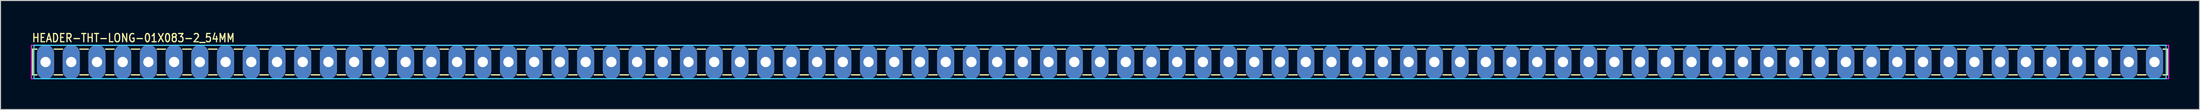
<source format=kicad_pcb>
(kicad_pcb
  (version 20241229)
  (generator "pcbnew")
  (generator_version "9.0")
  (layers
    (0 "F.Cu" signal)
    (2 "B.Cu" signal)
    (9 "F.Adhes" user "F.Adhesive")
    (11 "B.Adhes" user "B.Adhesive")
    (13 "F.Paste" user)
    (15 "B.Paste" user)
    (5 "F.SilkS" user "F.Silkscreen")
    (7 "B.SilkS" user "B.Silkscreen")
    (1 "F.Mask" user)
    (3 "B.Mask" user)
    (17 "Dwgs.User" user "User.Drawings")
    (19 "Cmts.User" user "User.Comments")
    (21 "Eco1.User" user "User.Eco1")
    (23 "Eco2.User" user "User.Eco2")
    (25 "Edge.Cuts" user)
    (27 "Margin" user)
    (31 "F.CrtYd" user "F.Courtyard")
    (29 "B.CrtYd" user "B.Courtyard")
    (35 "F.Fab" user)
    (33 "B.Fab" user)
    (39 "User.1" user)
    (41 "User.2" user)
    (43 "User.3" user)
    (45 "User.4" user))
  (footprint "HEADER-THT-LONG-01X083-2_54MM"
    (layer "F.Cu")
    (at 1.447 3.079)
    (property "Reference" "HEADER-THT-LONG-01X083-2_54MM" (at -1.4 -1.9 0) (unlocked yes) (layer "F.SilkS") (effects (font (size 0.813 0.695) (thickness 0.122)) (justify left bottom)))
    (fp_line (start -1.27 -1.27) (end -1.27 1.27) (stroke (width 0.127) (type solid)) (layer "F.SilkS"))
    (fp_line (start -1.27 1.27) (end -0.85 1.27) (stroke (width 0.127) (type solid)) (layer "F.SilkS"))
    (fp_line (start -0.85 -1.27) (end -1.27 -1.27) (stroke (width 0.127) (type solid)) (layer "F.SilkS"))
    (fp_line (start 0.85 -1.27) (end 1.69 -1.27) (stroke (width 0.127) (type solid)) (layer "F.SilkS"))
    (fp_line (start 0.85 1.27) (end 1.69 1.27) (stroke (width 0.127) (type solid)) (layer "F.SilkS"))
    (fp_line (start 3.39 -1.27) (end 4.23 -1.27) (stroke (width 0.127) (type solid)) (layer "F.SilkS"))
    (fp_line (start 3.39 1.27) (end 4.23 1.27) (stroke (width 0.127) (type solid)) (layer "F.SilkS"))
    (fp_line (start 5.93 -1.27) (end 6.77 -1.27) (stroke (width 0.127) (type solid)) (layer "F.SilkS"))
    (fp_line (start 5.93 1.27) (end 6.77 1.27) (stroke (width 0.127) (type solid)) (layer "F.SilkS"))
    (fp_line (start 8.47 -1.27) (end 9.31 -1.27) (stroke (width 0.127) (type solid)) (layer "F.SilkS"))
    (fp_line (start 8.47 1.27) (end 9.31 1.27) (stroke (width 0.127) (type solid)) (layer "F.SilkS"))
    (fp_line (start 11.01 -1.27) (end 11.85 -1.27) (stroke (width 0.127) (type solid)) (layer "F.SilkS"))
    (fp_line (start 11.01 1.27) (end 11.85 1.27) (stroke (width 0.127) (type solid)) (layer "F.SilkS"))
    (fp_line (start 13.55 -1.27) (end 14.39 -1.27) (stroke (width 0.127) (type solid)) (layer "F.SilkS"))
    (fp_line (start 13.55 1.27) (end 14.39 1.27) (stroke (width 0.127) (type solid)) (layer "F.SilkS"))
    (fp_line (start 16.09 -1.27) (end 16.93 -1.27) (stroke (width 0.127) (type solid)) (layer "F.SilkS"))
    (fp_line (start 16.09 1.27) (end 16.93 1.27) (stroke (width 0.127) (type solid)) (layer "F.SilkS"))
    (fp_line (start 18.63 -1.27) (end 19.47 -1.27) (stroke (width 0.127) (type solid)) (layer "F.SilkS"))
    (fp_line (start 18.63 1.27) (end 19.47 1.27) (stroke (width 0.127) (type solid)) (layer "F.SilkS"))
    (fp_line (start 21.17 -1.27) (end 22.01 -1.27) (stroke (width 0.127) (type solid)) (layer "F.SilkS"))
    (fp_line (start 21.17 1.27) (end 22.01 1.27) (stroke (width 0.127) (type solid)) (layer "F.SilkS"))
    (fp_line (start 23.71 -1.27) (end 24.55 -1.27) (stroke (width 0.127) (type solid)) (layer "F.SilkS"))
    (fp_line (start 23.71 1.27) (end 24.55 1.27) (stroke (width 0.127) (type solid)) (layer "F.SilkS"))
    (fp_line (start 26.25 -1.27) (end 27.09 -1.27) (stroke (width 0.127) (type solid)) (layer "F.SilkS"))
    (fp_line (start 26.25 1.27) (end 27.09 1.27) (stroke (width 0.127) (type solid)) (layer "F.SilkS"))
    (fp_line (start 28.79 -1.27) (end 29.63 -1.27) (stroke (width 0.127) (type solid)) (layer "F.SilkS"))
    (fp_line (start 28.79 1.27) (end 29.63 1.27) (stroke (width 0.127) (type solid)) (layer "F.SilkS"))
    (fp_line (start 31.33 -1.27) (end 32.17 -1.27) (stroke (width 0.127) (type solid)) (layer "F.SilkS"))
    (fp_line (start 31.33 1.27) (end 32.17 1.27) (stroke (width 0.127) (type solid)) (layer "F.SilkS"))
    (fp_line (start 33.87 -1.27) (end 34.71 -1.27) (stroke (width 0.127) (type solid)) (layer "F.SilkS"))
    (fp_line (start 33.87 1.27) (end 34.71 1.27) (stroke (width 0.127) (type solid)) (layer "F.SilkS"))
    (fp_line (start 36.41 -1.27) (end 37.25 -1.27) (stroke (width 0.127) (type solid)) (layer "F.SilkS"))
    (fp_line (start 36.41 1.27) (end 37.25 1.27) (stroke (width 0.127) (type solid)) (layer "F.SilkS"))
    (fp_line (start 38.95 -1.27) (end 39.79 -1.27) (stroke (width 0.127) (type solid)) (layer "F.SilkS"))
    (fp_line (start 38.95 1.27) (end 39.79 1.27) (stroke (width 0.127) (type solid)) (layer "F.SilkS"))
    (fp_line (start 41.49 -1.27) (end 42.33 -1.27) (stroke (width 0.127) (type solid)) (layer "F.SilkS"))
    (fp_line (start 41.49 1.27) (end 42.33 1.27) (stroke (width 0.127) (type solid)) (layer "F.SilkS"))
    (fp_line (start 44.03 -1.27) (end 44.87 -1.27) (stroke (width 0.127) (type solid)) (layer "F.SilkS"))
    (fp_line (start 44.03 1.27) (end 44.87 1.27) (stroke (width 0.127) (type solid)) (layer "F.SilkS"))
    (fp_line (start 46.57 -1.27) (end 47.41 -1.27) (stroke (width 0.127) (type solid)) (layer "F.SilkS"))
    (fp_line (start 46.57 1.27) (end 47.41 1.27) (stroke (width 0.127) (type solid)) (layer "F.SilkS"))
    (fp_line (start 49.11 -1.27) (end 49.95 -1.27) (stroke (width 0.127) (type solid)) (layer "F.SilkS"))
    (fp_line (start 49.11 1.27) (end 49.95 1.27) (stroke (width 0.127) (type solid)) (layer "F.SilkS"))
    (fp_line (start 51.65 -1.27) (end 52.49 -1.27) (stroke (width 0.127) (type solid)) (layer "F.SilkS"))
    (fp_line (start 51.65 1.27) (end 52.49 1.27) (stroke (width 0.127) (type solid)) (layer "F.SilkS"))
    (fp_line (start 54.19 -1.27) (end 55.03 -1.27) (stroke (width 0.127) (type solid)) (layer "F.SilkS"))
    (fp_line (start 54.19 1.27) (end 55.03 1.27) (stroke (width 0.127) (type solid)) (layer "F.SilkS"))
    (fp_line (start 56.73 -1.27) (end 57.57 -1.27) (stroke (width 0.127) (type solid)) (layer "F.SilkS"))
    (fp_line (start 56.73 1.27) (end 57.57 1.27) (stroke (width 0.127) (type solid)) (layer "F.SilkS"))
    (fp_line (start 59.27 -1.27) (end 60.11 -1.27) (stroke (width 0.127) (type solid)) (layer "F.SilkS"))
    (fp_line (start 59.27 1.27) (end 60.11 1.27) (stroke (width 0.127) (type solid)) (layer "F.SilkS"))
    (fp_line (start 61.81 -1.27) (end 62.65 -1.27) (stroke (width 0.127) (type solid)) (layer "F.SilkS"))
    (fp_line (start 61.81 1.27) (end 62.65 1.27) (stroke (width 0.127) (type solid)) (layer "F.SilkS"))
    (fp_line (start 64.35 -1.27) (end 65.19 -1.27) (stroke (width 0.127) (type solid)) (layer "F.SilkS"))
    (fp_line (start 64.35 1.27) (end 65.19 1.27) (stroke (width 0.127) (type solid)) (layer "F.SilkS"))
    (fp_line (start 66.89 -1.27) (end 67.73 -1.27) (stroke (width 0.127) (type solid)) (layer "F.SilkS"))
    (fp_line (start 66.89 1.27) (end 67.73 1.27) (stroke (width 0.127) (type solid)) (layer "F.SilkS"))
    (fp_line (start 69.43 -1.27) (end 70.27 -1.27) (stroke (width 0.127) (type solid)) (layer "F.SilkS"))
    (fp_line (start 69.43 1.27) (end 70.27 1.27) (stroke (width 0.127) (type solid)) (layer "F.SilkS"))
    (fp_line (start 71.97 -1.27) (end 72.81 -1.27) (stroke (width 0.127) (type solid)) (layer "F.SilkS"))
    (fp_line (start 71.97 1.27) (end 72.81 1.27) (stroke (width 0.127) (type solid)) (layer "F.SilkS"))
    (fp_line (start 74.51 -1.27) (end 75.35 -1.27) (stroke (width 0.127) (type solid)) (layer "F.SilkS"))
    (fp_line (start 74.51 1.27) (end 75.35 1.27) (stroke (width 0.127) (type solid)) (layer "F.SilkS"))
    (fp_line (start 77.05 -1.27) (end 77.89 -1.27) (stroke (width 0.127) (type solid)) (layer "F.SilkS"))
    (fp_line (start 77.05 1.27) (end 77.89 1.27) (stroke (width 0.127) (type solid)) (layer "F.SilkS"))
    (fp_line (start 79.59 -1.27) (end 80.43 -1.27) (stroke (width 0.127) (type solid)) (layer "F.SilkS"))
    (fp_line (start 79.59 1.27) (end 80.43 1.27) (stroke (width 0.127) (type solid)) (layer "F.SilkS"))
    (fp_line (start 82.13 -1.27) (end 82.97 -1.27) (stroke (width 0.127) (type solid)) (layer "F.SilkS"))
    (fp_line (start 82.13 1.27) (end 82.97 1.27) (stroke (width 0.127) (type solid)) (layer "F.SilkS"))
    (fp_line (start 84.67 -1.27) (end 85.51 -1.27) (stroke (width 0.127) (type solid)) (layer "F.SilkS"))
    (fp_line (start 84.67 1.27) (end 85.51 1.27) (stroke (width 0.127) (type solid)) (layer "F.SilkS"))
    (fp_line (start 87.21 -1.27) (end 88.05 -1.27) (stroke (width 0.127) (type solid)) (layer "F.SilkS"))
    (fp_line (start 87.21 1.27) (end 88.05 1.27) (stroke (width 0.127) (type solid)) (layer "F.SilkS"))
    (fp_line (start 89.75 -1.27) (end 90.59 -1.27) (stroke (width 0.127) (type solid)) (layer "F.SilkS"))
    (fp_line (start 89.75 1.27) (end 90.59 1.27) (stroke (width 0.127) (type solid)) (layer "F.SilkS"))
    (fp_line (start 92.29 -1.27) (end 93.13 -1.27) (stroke (width 0.127) (type solid)) (layer "F.SilkS"))
    (fp_line (start 92.29 1.27) (end 93.13 1.27) (stroke (width 0.127) (type solid)) (layer "F.SilkS"))
    (fp_line (start 94.83 -1.27) (end 95.67 -1.27) (stroke (width 0.127) (type solid)) (layer "F.SilkS"))
    (fp_line (start 94.83 1.27) (end 95.67 1.27) (stroke (width 0.127) (type solid)) (layer "F.SilkS"))
    (fp_line (start 97.37 -1.27) (end 98.21 -1.27) (stroke (width 0.127) (type solid)) (layer "F.SilkS"))
    (fp_line (start 97.37 1.27) (end 98.21 1.27) (stroke (width 0.127) (type solid)) (layer "F.SilkS"))
    (fp_line (start 99.91 -1.27) (end 100.75 -1.27) (stroke (width 0.127) (type solid)) (layer "F.SilkS"))
    (fp_line (start 99.91 1.27) (end 100.75 1.27) (stroke (width 0.127) (type solid)) (layer "F.SilkS"))
    (fp_line (start 102.45 -1.27) (end 103.29 -1.27) (stroke (width 0.127) (type solid)) (layer "F.SilkS"))
    (fp_line (start 102.45 1.27) (end 103.29 1.27) (stroke (width 0.127) (type solid)) (layer "F.SilkS"))
    (fp_line (start 104.99 -1.27) (end 105.83 -1.27) (stroke (width 0.127) (type solid)) (layer "F.SilkS"))
    (fp_line (start 104.99 1.27) (end 105.83 1.27) (stroke (width 0.127) (type solid)) (layer "F.SilkS"))
    (fp_line (start 107.53 -1.27) (end 108.37 -1.27) (stroke (width 0.127) (type solid)) (layer "F.SilkS"))
    (fp_line (start 107.53 1.27) (end 108.37 1.27) (stroke (width 0.127) (type solid)) (layer "F.SilkS"))
    (fp_line (start 110.07 -1.27) (end 110.91 -1.27) (stroke (width 0.127) (type solid)) (layer "F.SilkS"))
    (fp_line (start 110.07 1.27) (end 110.91 1.27) (stroke (width 0.127) (type solid)) (layer "F.SilkS"))
    (fp_line (start 112.61 -1.27) (end 113.45 -1.27) (stroke (width 0.127) (type solid)) (layer "F.SilkS"))
    (fp_line (start 112.61 1.27) (end 113.45 1.27) (stroke (width 0.127) (type solid)) (layer "F.SilkS"))
    (fp_line (start 115.15 -1.27) (end 115.99 -1.27) (stroke (width 0.127) (type solid)) (layer "F.SilkS"))
    (fp_line (start 115.15 1.27) (end 115.99 1.27) (stroke (width 0.127) (type solid)) (layer "F.SilkS"))
    (fp_line (start 117.69 -1.27) (end 118.53 -1.27) (stroke (width 0.127) (type solid)) (layer "F.SilkS"))
    (fp_line (start 117.69 1.27) (end 118.53 1.27) (stroke (width 0.127) (type solid)) (layer "F.SilkS"))
    (fp_line (start 120.23 -1.27) (end 121.07 -1.27) (stroke (width 0.127) (type solid)) (layer "F.SilkS"))
    (fp_line (start 120.23 1.27) (end 121.07 1.27) (stroke (width 0.127) (type solid)) (layer "F.SilkS"))
    (fp_line (start 122.77 -1.27) (end 123.61 -1.27) (stroke (width 0.127) (type solid)) (layer "F.SilkS"))
    (fp_line (start 122.77 1.27) (end 123.61 1.27) (stroke (width 0.127) (type solid)) (layer "F.SilkS"))
    (fp_line (start 125.31 -1.27) (end 126.15 -1.27) (stroke (width 0.127) (type solid)) (layer "F.SilkS"))
    (fp_line (start 125.31 1.27) (end 126.15 1.27) (stroke (width 0.127) (type solid)) (layer "F.SilkS"))
    (fp_line (start 127.85 -1.27) (end 128.69 -1.27) (stroke (width 0.127) (type solid)) (layer "F.SilkS"))
    (fp_line (start 127.85 1.27) (end 128.69 1.27) (stroke (width 0.127) (type solid)) (layer "F.SilkS"))
    (fp_line (start 130.39 -1.27) (end 131.23 -1.27) (stroke (width 0.127) (type solid)) (layer "F.SilkS"))
    (fp_line (start 130.39 1.27) (end 131.23 1.27) (stroke (width 0.127) (type solid)) (layer "F.SilkS"))
    (fp_line (start 132.93 -1.27) (end 133.77 -1.27) (stroke (width 0.127) (type solid)) (layer "F.SilkS"))
    (fp_line (start 132.93 1.27) (end 133.77 1.27) (stroke (width 0.127) (type solid)) (layer "F.SilkS"))
    (fp_line (start 135.47 -1.27) (end 136.31 -1.27) (stroke (width 0.127) (type solid)) (layer "F.SilkS"))
    (fp_line (start 135.47 1.27) (end 136.31 1.27) (stroke (width 0.127) (type solid)) (layer "F.SilkS"))
    (fp_line (start 138.01 -1.27) (end 138.85 -1.27) (stroke (width 0.127) (type solid)) (layer "F.SilkS"))
    (fp_line (start 138.01 1.27) (end 138.85 1.27) (stroke (width 0.127) (type solid)) (layer "F.SilkS"))
    (fp_line (start 140.55 -1.27) (end 141.39 -1.27) (stroke (width 0.127) (type solid)) (layer "F.SilkS"))
    (fp_line (start 140.55 1.27) (end 141.39 1.27) (stroke (width 0.127) (type solid)) (layer "F.SilkS"))
    (fp_line (start 143.09 -1.27) (end 143.93 -1.27) (stroke (width 0.127) (type solid)) (layer "F.SilkS"))
    (fp_line (start 143.09 1.27) (end 143.93 1.27) (stroke (width 0.127) (type solid)) (layer "F.SilkS"))
    (fp_line (start 145.63 -1.27) (end 146.47 -1.27) (stroke (width 0.127) (type solid)) (layer "F.SilkS"))
    (fp_line (start 145.63 1.27) (end 146.47 1.27) (stroke (width 0.127) (type solid)) (layer "F.SilkS"))
    (fp_line (start 148.17 -1.27) (end 149.01 -1.27) (stroke (width 0.127) (type solid)) (layer "F.SilkS"))
    (fp_line (start 148.17 1.27) (end 149.01 1.27) (stroke (width 0.127) (type solid)) (layer "F.SilkS"))
    (fp_line (start 150.71 -1.27) (end 151.55 -1.27) (stroke (width 0.127) (type solid)) (layer "F.SilkS"))
    (fp_line (start 150.71 1.27) (end 151.55 1.27) (stroke (width 0.127) (type solid)) (layer "F.SilkS"))
    (fp_line (start 153.25 -1.27) (end 154.09 -1.27) (stroke (width 0.127) (type solid)) (layer "F.SilkS"))
    (fp_line (start 153.25 1.27) (end 154.09 1.27) (stroke (width 0.127) (type solid)) (layer "F.SilkS"))
    (fp_line (start 155.79 -1.27) (end 156.63 -1.27) (stroke (width 0.127) (type solid)) (layer "F.SilkS"))
    (fp_line (start 155.79 1.27) (end 156.63 1.27) (stroke (width 0.127) (type solid)) (layer "F.SilkS"))
    (fp_line (start 158.33 -1.27) (end 159.17 -1.27) (stroke (width 0.127) (type solid)) (layer "F.SilkS"))
    (fp_line (start 158.33 1.27) (end 159.17 1.27) (stroke (width 0.127) (type solid)) (layer "F.SilkS"))
    (fp_line (start 160.87 -1.27) (end 161.71 -1.27) (stroke (width 0.127) (type solid)) (layer "F.SilkS"))
    (fp_line (start 160.87 1.27) (end 161.71 1.27) (stroke (width 0.127) (type solid)) (layer "F.SilkS"))
    (fp_line (start 163.41 -1.27) (end 164.25 -1.27) (stroke (width 0.127) (type solid)) (layer "F.SilkS"))
    (fp_line (start 163.41 1.27) (end 164.25 1.27) (stroke (width 0.127) (type solid)) (layer "F.SilkS"))
    (fp_line (start 165.95 -1.27) (end 166.79 -1.27) (stroke (width 0.127) (type solid)) (layer "F.SilkS"))
    (fp_line (start 165.95 1.27) (end 166.79 1.27) (stroke (width 0.127) (type solid)) (layer "F.SilkS"))
    (fp_line (start 168.49 -1.27) (end 169.33 -1.27) (stroke (width 0.127) (type solid)) (layer "F.SilkS"))
    (fp_line (start 168.49 1.27) (end 169.33 1.27) (stroke (width 0.127) (type solid)) (layer "F.SilkS"))
    (fp_line (start 171.03 -1.27) (end 171.87 -1.27) (stroke (width 0.127) (type solid)) (layer "F.SilkS"))
    (fp_line (start 171.03 1.27) (end 171.87 1.27) (stroke (width 0.127) (type solid)) (layer "F.SilkS"))
    (fp_line (start 173.57 -1.27) (end 174.41 -1.27) (stroke (width 0.127) (type solid)) (layer "F.SilkS"))
    (fp_line (start 173.57 1.27) (end 174.41 1.27) (stroke (width 0.127) (type solid)) (layer "F.SilkS"))
    (fp_line (start 176.11 -1.27) (end 176.95 -1.27) (stroke (width 0.127) (type solid)) (layer "F.SilkS"))
    (fp_line (start 176.11 1.27) (end 176.95 1.27) (stroke (width 0.127) (type solid)) (layer "F.SilkS"))
    (fp_line (start 178.65 -1.27) (end 179.49 -1.27) (stroke (width 0.127) (type solid)) (layer "F.SilkS"))
    (fp_line (start 178.65 1.27) (end 179.49 1.27) (stroke (width 0.127) (type solid)) (layer "F.SilkS"))
    (fp_line (start 181.19 -1.27) (end 182.03 -1.27) (stroke (width 0.127) (type solid)) (layer "F.SilkS"))
    (fp_line (start 181.19 1.27) (end 182.03 1.27) (stroke (width 0.127) (type solid)) (layer "F.SilkS"))
    (fp_line (start 183.73 -1.27) (end 184.57 -1.27) (stroke (width 0.127) (type solid)) (layer "F.SilkS"))
    (fp_line (start 183.73 1.27) (end 184.57 1.27) (stroke (width 0.127) (type solid)) (layer "F.SilkS"))
    (fp_line (start 186.27 -1.27) (end 187.11 -1.27) (stroke (width 0.127) (type solid)) (layer "F.SilkS"))
    (fp_line (start 186.27 1.27) (end 187.11 1.27) (stroke (width 0.127) (type solid)) (layer "F.SilkS"))
    (fp_line (start 188.81 -1.27) (end 189.65 -1.27) (stroke (width 0.127) (type solid)) (layer "F.SilkS"))
    (fp_line (start 188.81 1.27) (end 189.65 1.27) (stroke (width 0.127) (type solid)) (layer "F.SilkS"))
    (fp_line (start 191.35 -1.27) (end 192.19 -1.27) (stroke (width 0.127) (type solid)) (layer "F.SilkS"))
    (fp_line (start 191.35 1.27) (end 192.19 1.27) (stroke (width 0.127) (type solid)) (layer "F.SilkS"))
    (fp_line (start 193.89 -1.27) (end 194.73 -1.27) (stroke (width 0.127) (type solid)) (layer "F.SilkS"))
    (fp_line (start 193.89 1.27) (end 194.73 1.27) (stroke (width 0.127) (type solid)) (layer "F.SilkS"))
    (fp_line (start 196.43 -1.27) (end 197.27 -1.27) (stroke (width 0.127) (type solid)) (layer "F.SilkS"))
    (fp_line (start 196.43 1.27) (end 197.27 1.27) (stroke (width 0.127) (type solid)) (layer "F.SilkS"))
    (fp_line (start 198.97 -1.27) (end 199.81 -1.27) (stroke (width 0.127) (type solid)) (layer "F.SilkS"))
    (fp_line (start 198.97 1.27) (end 199.81 1.27) (stroke (width 0.127) (type solid)) (layer "F.SilkS"))
    (fp_line (start 201.51 -1.27) (end 202.35 -1.27) (stroke (width 0.127) (type solid)) (layer "F.SilkS"))
    (fp_line (start 201.51 1.27) (end 202.35 1.27) (stroke (width 0.127) (type solid)) (layer "F.SilkS"))
    (fp_line (start 204.05 -1.27) (end 204.89 -1.27) (stroke (width 0.127) (type solid)) (layer "F.SilkS"))
    (fp_line (start 204.05 1.27) (end 204.89 1.27) (stroke (width 0.127) (type solid)) (layer "F.SilkS"))
    (fp_line (start 206.59 -1.27) (end 207.43 -1.27) (stroke (width 0.127) (type solid)) (layer "F.SilkS"))
    (fp_line (start 206.59 1.27) (end 207.43 1.27) (stroke (width 0.127) (type solid)) (layer "F.SilkS"))
    (fp_line (start 209.13 -1.27) (end 209.55 -1.27) (stroke (width 0.127) (type solid)) (layer "F.SilkS"))
    (fp_line (start 209.55 -1.27) (end 209.55 1.27) (stroke (width 0.127) (type solid)) (layer "F.SilkS"))
    (fp_line (start 209.55 1.27) (end 209.13 1.27) (stroke (width 0.127) (type solid)) (layer "F.SilkS"))
    (fp_poly (pts (xy -1.143 -1.651) (xy 209.423 -1.651) (xy 209.423 1.651) (xy -1.143 1.651)) (stroke (width 0.1) (type solid)) (fill no) (layer "B.CrtYd"))
    (fp_poly (pts (xy -1.397 -1.651) (xy 209.677 -1.651) (xy 209.677 1.651) (xy -1.397 1.651)) (stroke (width 0.1) (type solid)) (fill no) (layer "F.CrtYd"))
    (pad "1" thru_hole oval (at 0 0 90) (size 3.387 1.693) (drill 1.016) (layers "*.Cu" "*.Mask"))
    (pad "2" thru_hole oval (at 2.54 0 90) (size 3.387 1.693) (drill 1.016) (layers "*.Cu" "*.Mask"))
    (pad "3" thru_hole oval (at 5.08 0 90) (size 3.387 1.693) (drill 1.016) (layers "*.Cu" "*.Mask"))
    (pad "4" thru_hole oval (at 7.62 0 90) (size 3.387 1.693) (drill 1.016) (layers "*.Cu" "*.Mask"))
    (pad "5" thru_hole oval (at 10.16 0 90) (size 3.387 1.693) (drill 1.016) (layers "*.Cu" "*.Mask"))
    (pad "6" thru_hole oval (at 12.7 0 90) (size 3.387 1.693) (drill 1.016) (layers "*.Cu" "*.Mask"))
    (pad "7" thru_hole oval (at 15.24 0 90) (size 3.387 1.693) (drill 1.016) (layers "*.Cu" "*.Mask"))
    (pad "8" thru_hole oval (at 17.78 0 90) (size 3.387 1.693) (drill 1.016) (layers "*.Cu" "*.Mask"))
    (pad "9" thru_hole oval (at 20.32 0 90) (size 3.387 1.693) (drill 1.016) (layers "*.Cu" "*.Mask"))
    (pad "10" thru_hole oval (at 22.86 0 90) (size 3.387 1.693) (drill 1.016) (layers "*.Cu" "*.Mask"))
    (pad "11" thru_hole oval (at 25.4 0 90) (size 3.387 1.693) (drill 1.016) (layers "*.Cu" "*.Mask"))
    (pad "12" thru_hole oval (at 27.94 0 90) (size 3.387 1.693) (drill 1.016) (layers "*.Cu" "*.Mask"))
    (pad "13" thru_hole oval (at 30.48 0 90) (size 3.387 1.693) (drill 1.016) (layers "*.Cu" "*.Mask"))
    (pad "14" thru_hole oval (at 33.02 0 90) (size 3.387 1.693) (drill 1.016) (layers "*.Cu" "*.Mask"))
    (pad "15" thru_hole oval (at 35.56 0 90) (size 3.387 1.693) (drill 1.016) (layers "*.Cu" "*.Mask"))
    (pad "16" thru_hole oval (at 38.1 0 90) (size 3.387 1.693) (drill 1.016) (layers "*.Cu" "*.Mask"))
    (pad "17" thru_hole oval (at 40.64 0 90) (size 3.387 1.693) (drill 1.016) (layers "*.Cu" "*.Mask"))
    (pad "18" thru_hole oval (at 43.18 0 90) (size 3.387 1.693) (drill 1.016) (layers "*.Cu" "*.Mask"))
    (pad "19" thru_hole oval (at 45.72 0 90) (size 3.387 1.693) (drill 1.016) (layers "*.Cu" "*.Mask"))
    (pad "20" thru_hole oval (at 48.26 0 90) (size 3.387 1.693) (drill 1.016) (layers "*.Cu" "*.Mask"))
    (pad "21" thru_hole oval (at 50.8 0 90) (size 3.387 1.693) (drill 1.016) (layers "*.Cu" "*.Mask"))
    (pad "22" thru_hole oval (at 53.34 0 90) (size 3.387 1.693) (drill 1.016) (layers "*.Cu" "*.Mask"))
    (pad "23" thru_hole oval (at 55.88 0 90) (size 3.387 1.693) (drill 1.016) (layers "*.Cu" "*.Mask"))
    (pad "24" thru_hole oval (at 58.42 0 90) (size 3.387 1.693) (drill 1.016) (layers "*.Cu" "*.Mask"))
    (pad "25" thru_hole oval (at 60.96 0 90) (size 3.387 1.693) (drill 1.016) (layers "*.Cu" "*.Mask"))
    (pad "26" thru_hole oval (at 63.5 0 90) (size 3.387 1.693) (drill 1.016) (layers "*.Cu" "*.Mask"))
    (pad "27" thru_hole oval (at 66.04 0 90) (size 3.387 1.693) (drill 1.016) (layers "*.Cu" "*.Mask"))
    (pad "28" thru_hole oval (at 68.58 0 90) (size 3.387 1.693) (drill 1.016) (layers "*.Cu" "*.Mask"))
    (pad "29" thru_hole oval (at 71.12 0 90) (size 3.387 1.693) (drill 1.016) (layers "*.Cu" "*.Mask"))
    (pad "30" thru_hole oval (at 73.66 0 90) (size 3.387 1.693) (drill 1.016) (layers "*.Cu" "*.Mask"))
    (pad "31" thru_hole oval (at 76.2 0 90) (size 3.387 1.693) (drill 1.016) (layers "*.Cu" "*.Mask"))
    (pad "32" thru_hole oval (at 78.74 0 90) (size 3.387 1.693) (drill 1.016) (layers "*.Cu" "*.Mask"))
    (pad "33" thru_hole oval (at 81.28 0 90) (size 3.387 1.693) (drill 1.016) (layers "*.Cu" "*.Mask"))
    (pad "34" thru_hole oval (at 83.82 0 90) (size 3.387 1.693) (drill 1.016) (layers "*.Cu" "*.Mask"))
    (pad "35" thru_hole oval (at 86.36 0 90) (size 3.387 1.693) (drill 1.016) (layers "*.Cu" "*.Mask"))
    (pad "36" thru_hole oval (at 88.9 0 90) (size 3.387 1.693) (drill 1.016) (layers "*.Cu" "*.Mask"))
    (pad "37" thru_hole oval (at 91.44 0 90) (size 3.387 1.693) (drill 1.016) (layers "*.Cu" "*.Mask"))
    (pad "38" thru_hole oval (at 93.98 0 90) (size 3.387 1.693) (drill 1.016) (layers "*.Cu" "*.Mask"))
    (pad "39" thru_hole oval (at 96.52 0 90) (size 3.387 1.693) (drill 1.016) (layers "*.Cu" "*.Mask"))
    (pad "40" thru_hole oval (at 99.06 0 90) (size 3.387 1.693) (drill 1.016) (layers "*.Cu" "*.Mask"))
    (pad "41" thru_hole oval (at 101.6 0 90) (size 3.387 1.693) (drill 1.016) (layers "*.Cu" "*.Mask"))
    (pad "42" thru_hole oval (at 104.14 0 90) (size 3.387 1.693) (drill 1.016) (layers "*.Cu" "*.Mask"))
    (pad "43" thru_hole oval (at 106.68 0 90) (size 3.387 1.693) (drill 1.016) (layers "*.Cu" "*.Mask"))
    (pad "44" thru_hole oval (at 109.22 0 90) (size 3.387 1.693) (drill 1.016) (layers "*.Cu" "*.Mask"))
    (pad "45" thru_hole oval (at 111.76 0 90) (size 3.387 1.693) (drill 1.016) (layers "*.Cu" "*.Mask"))
    (pad "46" thru_hole oval (at 114.3 0 90) (size 3.387 1.693) (drill 1.016) (layers "*.Cu" "*.Mask"))
    (pad "47" thru_hole oval (at 116.84 0 90) (size 3.387 1.693) (drill 1.016) (layers "*.Cu" "*.Mask"))
    (pad "48" thru_hole oval (at 119.38 0 90) (size 3.387 1.693) (drill 1.016) (layers "*.Cu" "*.Mask"))
    (pad "49" thru_hole oval (at 121.92 0 90) (size 3.387 1.693) (drill 1.016) (layers "*.Cu" "*.Mask"))
    (pad "50" thru_hole oval (at 124.46 0 90) (size 3.387 1.693) (drill 1.016) (layers "*.Cu" "*.Mask"))
    (pad "51" thru_hole oval (at 127 0 90) (size 3.387 1.693) (drill 1.016) (layers "*.Cu" "*.Mask"))
    (pad "52" thru_hole oval (at 129.54 0 90) (size 3.387 1.693) (drill 1.016) (layers "*.Cu" "*.Mask"))
    (pad "53" thru_hole oval (at 132.08 0 90) (size 3.387 1.693) (drill 1.016) (layers "*.Cu" "*.Mask"))
    (pad "54" thru_hole oval (at 134.62 0 90) (size 3.387 1.693) (drill 1.016) (layers "*.Cu" "*.Mask"))
    (pad "55" thru_hole oval (at 137.16 0 90) (size 3.387 1.693) (drill 1.016) (layers "*.Cu" "*.Mask"))
    (pad "56" thru_hole oval (at 139.7 0 90) (size 3.387 1.693) (drill 1.016) (layers "*.Cu" "*.Mask"))
    (pad "57" thru_hole oval (at 142.24 0 90) (size 3.387 1.693) (drill 1.016) (layers "*.Cu" "*.Mask"))
    (pad "58" thru_hole oval (at 144.78 0 90) (size 3.387 1.693) (drill 1.016) (layers "*.Cu" "*.Mask"))
    (pad "59" thru_hole oval (at 147.32 0 90) (size 3.387 1.693) (drill 1.016) (layers "*.Cu" "*.Mask"))
    (pad "60" thru_hole oval (at 149.86 0 90) (size 3.387 1.693) (drill 1.016) (layers "*.Cu" "*.Mask"))
    (pad "61" thru_hole oval (at 152.4 0 90) (size 3.387 1.693) (drill 1.016) (layers "*.Cu" "*.Mask"))
    (pad "62" thru_hole oval (at 154.94 0 90) (size 3.387 1.693) (drill 1.016) (layers "*.Cu" "*.Mask"))
    (pad "63" thru_hole oval (at 157.48 0 90) (size 3.387 1.693) (drill 1.016) (layers "*.Cu" "*.Mask"))
    (pad "64" thru_hole oval (at 160.02 0 90) (size 3.387 1.693) (drill 1.016) (layers "*.Cu" "*.Mask"))
    (pad "65" thru_hole oval (at 162.56 0 90) (size 3.387 1.693) (drill 1.016) (layers "*.Cu" "*.Mask"))
    (pad "66" thru_hole oval (at 165.1 0 90) (size 3.387 1.693) (drill 1.016) (layers "*.Cu" "*.Mask"))
    (pad "67" thru_hole oval (at 167.64 0 90) (size 3.387 1.693) (drill 1.016) (layers "*.Cu" "*.Mask"))
    (pad "68" thru_hole oval (at 170.18 0 90) (size 3.387 1.693) (drill 1.016) (layers "*.Cu" "*.Mask"))
    (pad "69" thru_hole oval (at 172.72 0 90) (size 3.387 1.693) (drill 1.016) (layers "*.Cu" "*.Mask"))
    (pad "70" thru_hole oval (at 175.26 0 90) (size 3.387 1.693) (drill 1.016) (layers "*.Cu" "*.Mask"))
    (pad "71" thru_hole oval (at 177.8 0 90) (size 3.387 1.693) (drill 1.016) (layers "*.Cu" "*.Mask"))
    (pad "72" thru_hole oval (at 180.34 0 90) (size 3.387 1.693) (drill 1.016) (layers "*.Cu" "*.Mask"))
    (pad "73" thru_hole oval (at 182.88 0 90) (size 3.387 1.693) (drill 1.016) (layers "*.Cu" "*.Mask"))
    (pad "74" thru_hole oval (at 185.42 0 90) (size 3.387 1.693) (drill 1.016) (layers "*.Cu" "*.Mask"))
    (pad "75" thru_hole oval (at 187.96 0 90) (size 3.387 1.693) (drill 1.016) (layers "*.Cu" "*.Mask"))
    (pad "76" thru_hole oval (at 190.5 0 90) (size 3.387 1.693) (drill 1.016) (layers "*.Cu" "*.Mask"))
    (pad "77" thru_hole oval (at 193.04 0 90) (size 3.387 1.693) (drill 1.016) (layers "*.Cu" "*.Mask"))
    (pad "78" thru_hole oval (at 195.58 0 90) (size 3.387 1.693) (drill 1.016) (layers "*.Cu" "*.Mask"))
    (pad "79" thru_hole oval (at 198.12 0 90) (size 3.387 1.693) (drill 1.016) (layers "*.Cu" "*.Mask"))
    (pad "80" thru_hole oval (at 200.66 0 90) (size 3.387 1.693) (drill 1.016) (layers "*.Cu" "*.Mask"))
    (pad "81" thru_hole oval (at 203.2 0 90) (size 3.387 1.693) (drill 1.016) (layers "*.Cu" "*.Mask"))
    (pad "82" thru_hole oval (at 205.74 0 90) (size 3.387 1.693) (drill 1.016) (layers "*.Cu" "*.Mask"))
    (pad "83" thru_hole oval (at 208.28 0 90) (size 3.387 1.693) (drill 1.016) (layers "*.Cu" "*.Mask")))
  (gr_rect
    (start -3 -3)
    (end 214.174 7.78)
    (stroke (width 0.1) (type default))
    (fill no)
    (layer "Edge.Cuts")))
</source>
